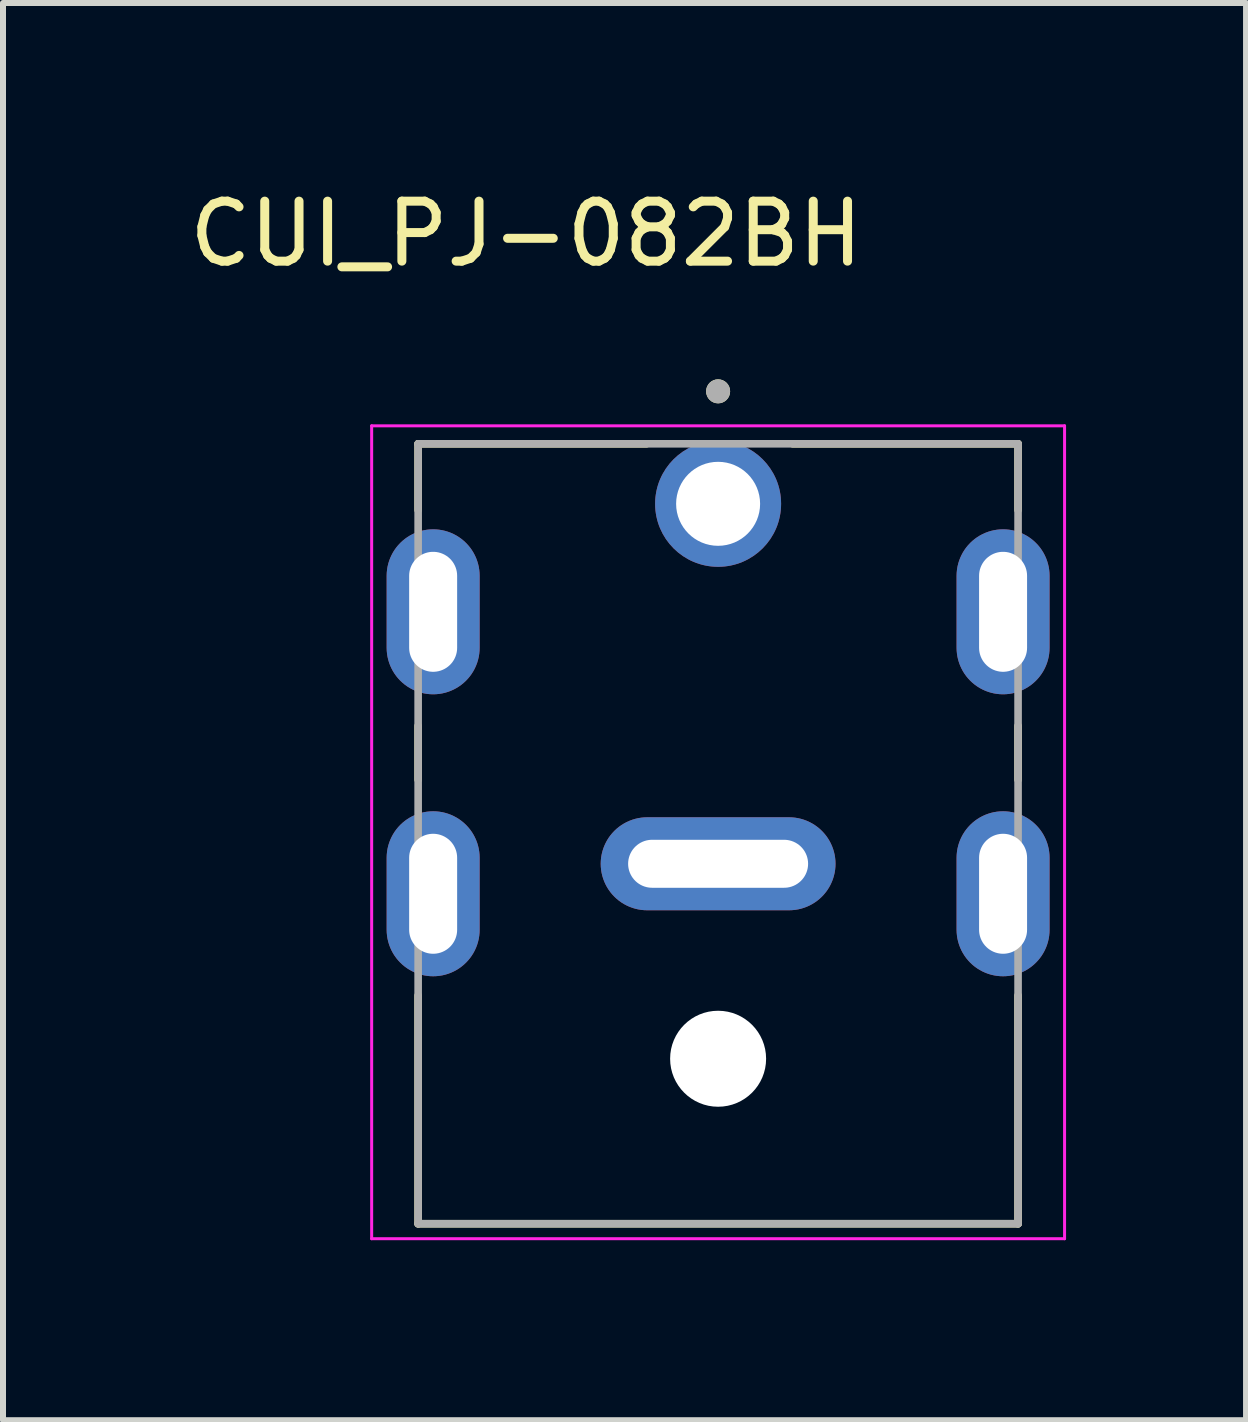
<source format=kicad_pcb>
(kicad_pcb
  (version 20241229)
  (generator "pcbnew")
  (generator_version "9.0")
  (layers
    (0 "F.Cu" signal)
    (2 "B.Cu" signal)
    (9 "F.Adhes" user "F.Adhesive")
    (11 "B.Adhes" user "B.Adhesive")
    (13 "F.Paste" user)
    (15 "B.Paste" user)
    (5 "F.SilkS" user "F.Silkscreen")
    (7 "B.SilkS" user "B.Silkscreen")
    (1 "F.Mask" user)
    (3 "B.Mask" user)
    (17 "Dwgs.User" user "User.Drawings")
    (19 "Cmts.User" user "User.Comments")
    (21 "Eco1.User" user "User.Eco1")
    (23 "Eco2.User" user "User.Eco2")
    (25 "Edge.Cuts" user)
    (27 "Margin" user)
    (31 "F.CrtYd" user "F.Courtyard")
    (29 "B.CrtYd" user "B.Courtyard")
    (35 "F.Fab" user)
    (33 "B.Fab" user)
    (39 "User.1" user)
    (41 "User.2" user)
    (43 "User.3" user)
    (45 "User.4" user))
  (footprint "CUI_PJ-082BH"
    (layer "F.Cu")
    (at 8.92 14.598)
    (property "Reference" "CUI_PJ-082BH" (at -3.2 -13.75 0) (layer "F.SilkS") (effects (font (size 1 1) (thickness 0.15))))
    (attr through_hole)
    (fp_line (start -5 -10.25) (end -5 -9.145) (stroke (width 0.127) (type solid)) (layer "F.SilkS"))
    (fp_line (start -5 -5.55) (end -5 -4.65) (stroke (width 0.127) (type solid)) (layer "F.SilkS"))
    (fp_line (start -5 2.75) (end -5 -1.055) (stroke (width 0.127) (type solid)) (layer "F.SilkS"))
    (fp_line (start -5 2.75) (end 5 2.75) (stroke (width 0.127) (type solid)) (layer "F.SilkS"))
    (fp_line (start -1.195 -10.25) (end -5 -10.25) (stroke (width 0.127) (type solid)) (layer "F.SilkS"))
    (fp_line (start 5 -10.25) (end 1.245 -10.25) (stroke (width 0.127) (type solid)) (layer "F.SilkS"))
    (fp_line (start 5 -10.25) (end 5 -9.145) (stroke (width 0.127) (type solid)) (layer "F.SilkS"))
    (fp_line (start 5 -5.55) (end 5 -4.65) (stroke (width 0.127) (type solid)) (layer "F.SilkS"))
    (fp_line (start 5 2.75) (end 5 -1.055) (stroke (width 0.127) (type solid)) (layer "F.SilkS"))
    (fp_circle (center 0 -11.125) (end 0.1 -11.125) (stroke (width 0.2) (type solid)) (fill no) (layer "F.SilkS"))
    (fp_line (start -5.775 -10.55) (end -5.775 3) (stroke (width 0.05) (type solid)) (layer "F.CrtYd"))
    (fp_line (start -5.775 3) (end 5.775 3) (stroke (width 0.05) (type solid)) (layer "F.CrtYd"))
    (fp_line (start 5.775 -10.55) (end -5.775 -10.55) (stroke (width 0.05) (type solid)) (layer "F.CrtYd"))
    (fp_line (start 5.775 3) (end 5.775 -10.55) (stroke (width 0.05) (type solid)) (layer "F.CrtYd"))
    (fp_line (start -5 -10.25) (end -5 2.75) (stroke (width 0.127) (type solid)) (layer "F.Fab"))
    (fp_line (start -5 2.75) (end 5 2.75) (stroke (width 0.127) (type solid)) (layer "F.Fab"))
    (fp_line (start 5 -10.25) (end -5 -10.25) (stroke (width 0.127) (type solid)) (layer "F.Fab"))
    (fp_line (start 5 2.75) (end 5 -10.25) (stroke (width 0.127) (type solid)) (layer "F.Fab"))
    (fp_circle (center 0 -11.125) (end 0.1 -11.125) (stroke (width 0.2) (type solid)) (fill no) (layer "F.Fab"))
    (pad "" np_thru_hole circle (at 0 0) (size 1.6 1.6) (drill 1.6) (layers "*.Cu" "*.Mask"))
    (pad "1" thru_hole circle (at 0 -9.25) (size 2.1 2.1) (drill 1.4) (layers "*.Cu" "*.Mask"))
    (pad "2" thru_hole oval (at 0 -3.25) (size 3.914 1.55) (drill oval 3 0.8) (layers "*.Cu" "*.Mask"))
    (pad "SH1" thru_hole oval (at -4.75 -2.75) (size 1.55 2.75) (drill oval 0.8 2) (layers "*.Cu" "*.Mask"))
    (pad "SH2" thru_hole oval (at 4.75 -2.75) (size 1.55 2.75) (drill oval 0.8 2) (layers "*.Cu" "*.Mask"))
    (pad "SH3" thru_hole oval (at -4.75 -7.45) (size 1.55 2.75) (drill oval 0.8 2) (layers "*.Cu" "*.Mask"))
    (pad "SH4" thru_hole oval (at 4.75 -7.45) (size 1.55 2.75) (drill oval 0.8 2) (layers "*.Cu" "*.Mask")))
  (gr_rect
    (start -3 -3)
    (end 17.72 20.623)
    (stroke (width 0.1) (type default))
    (fill no)
    (layer "Edge.Cuts")))
</source>
